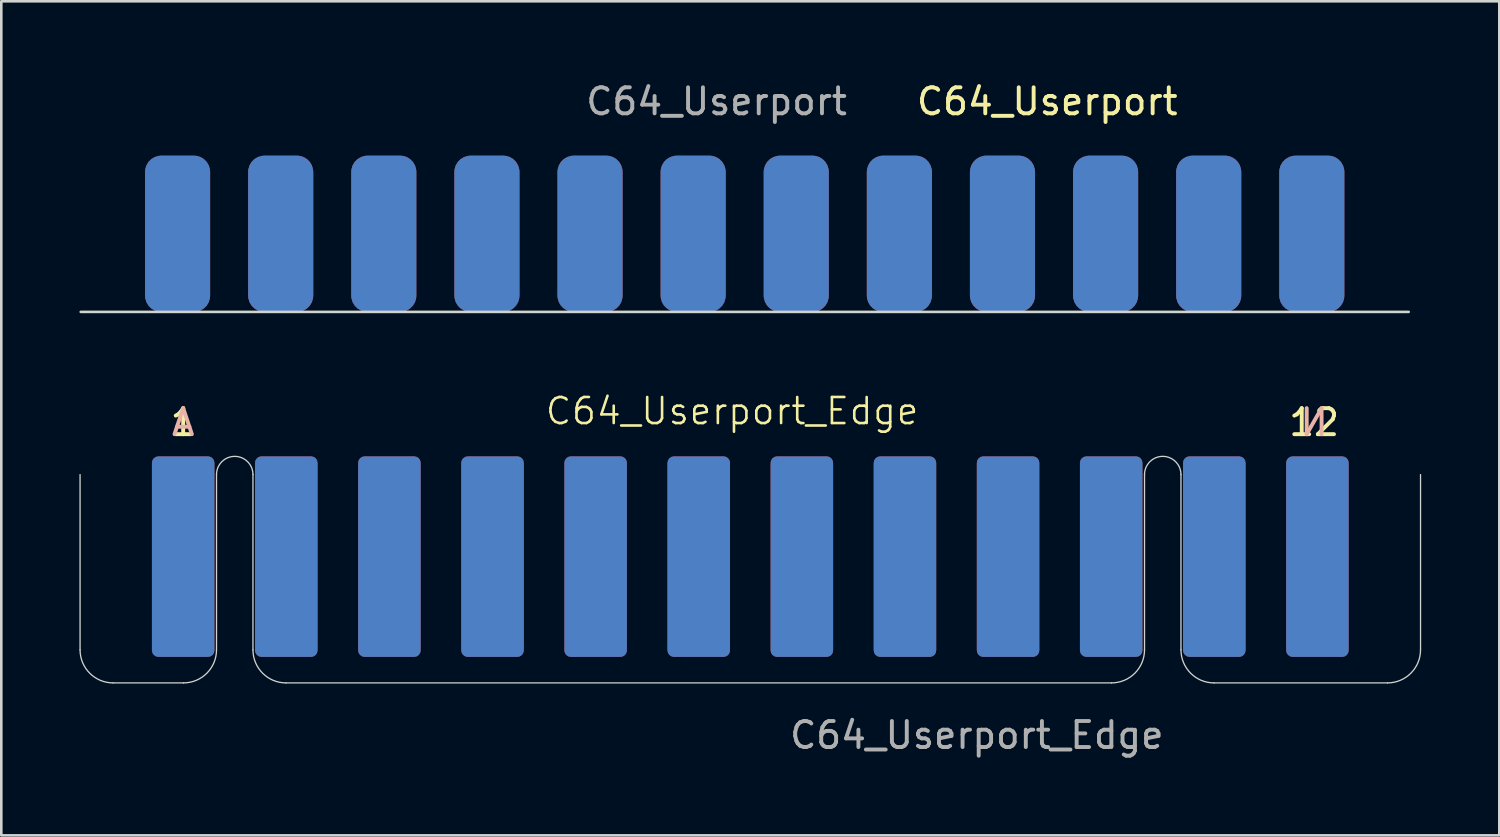
<source format=kicad_pcb>
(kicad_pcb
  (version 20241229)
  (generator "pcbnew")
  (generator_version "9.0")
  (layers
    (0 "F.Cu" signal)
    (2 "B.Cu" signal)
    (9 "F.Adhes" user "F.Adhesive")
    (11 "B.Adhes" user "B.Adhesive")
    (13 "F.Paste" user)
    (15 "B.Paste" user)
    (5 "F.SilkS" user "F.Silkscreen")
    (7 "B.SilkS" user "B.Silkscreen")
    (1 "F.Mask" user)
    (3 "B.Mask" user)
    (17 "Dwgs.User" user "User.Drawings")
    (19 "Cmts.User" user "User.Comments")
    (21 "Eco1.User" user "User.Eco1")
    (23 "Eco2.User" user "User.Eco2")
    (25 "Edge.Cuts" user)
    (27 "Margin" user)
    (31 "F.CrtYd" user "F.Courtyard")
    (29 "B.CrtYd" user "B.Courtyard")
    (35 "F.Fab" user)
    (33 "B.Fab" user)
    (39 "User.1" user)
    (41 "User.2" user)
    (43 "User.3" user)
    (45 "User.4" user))
  (footprint "C64_Userport_Edge"
    (layer "F.Cu")
    (at 3.985 18.327)
    (property "Reference" "C64_Userport_Edge" (at 21.082 -5.588 0) (unlocked yes) (layer "F.SilkS") (effects (font (size 1 1) (thickness 0.1))))
    (attr smd)
    (fp_rect (start -3.96 -3.85) (end 47.52 4.85) (stroke (width 0) (type solid)) (fill yes) (layer "F.Mask"))
    (fp_rect (start -3.96 -3.85) (end 47.52 4.85) (stroke (width 0) (type solid)) (fill yes) (layer "B.Mask"))
    (fp_line (start -3.96 -3.15) (end -3.96 3.58) (stroke (width 0.05) (type default)) (layer "Edge.Cuts"))
    (fp_line (start -2.69 4.85) (end 0.01 4.85) (stroke (width 0.05) (type default)) (layer "Edge.Cuts"))
    (fp_line (start 1.28 -3.15) (end 1.28 3.58) (stroke (width 0.05) (type default)) (layer "Edge.Cuts"))
    (fp_line (start 2.68 -3.15) (end 2.68 3.58) (stroke (width 0.05) (type default)) (layer "Edge.Cuts"))
    (fp_line (start 3.95 4.85) (end 35.65 4.85) (stroke (width 0.05) (type default)) (layer "Edge.Cuts"))
    (fp_line (start 36.92 -3.15) (end 36.92 3.58) (stroke (width 0.05) (type default)) (layer "Edge.Cuts"))
    (fp_line (start 38.32 -3.15) (end 38.32 3.58) (stroke (width 0.05) (type default)) (layer "Edge.Cuts"))
    (fp_line (start 39.59 4.85) (end 46.25 4.85) (stroke (width 0.05) (type default)) (layer "Edge.Cuts"))
    (fp_line (start 47.52 -3.15) (end 47.52 3.58) (stroke (width 0.05) (type default)) (layer "Edge.Cuts"))
    (fp_arc (start -2.69 4.85) (mid -3.588026 4.478026) (end -3.96 3.58) (stroke (width 0.05) (type default)) (layer "Edge.Cuts"))
    (fp_arc (start 1.28 -3.15) (mid 1.98 -3.85) (end 2.68 -3.15) (stroke (width 0.05) (type default)) (layer "Edge.Cuts"))
    (fp_arc (start 1.28 3.58) (mid 0.908026 4.478026) (end 0.01 4.85) (stroke (width 0.05) (type default)) (layer "Edge.Cuts"))
    (fp_arc (start 3.95 4.85) (mid 3.051974 4.478026) (end 2.68 3.58) (stroke (width 0.05) (type default)) (layer "Edge.Cuts"))
    (fp_arc (start 36.92 -3.15) (mid 37.62 -3.85) (end 38.32 -3.15) (stroke (width 0.05) (type default)) (layer "Edge.Cuts"))
    (fp_arc (start 36.92 3.58) (mid 36.548026 4.478026) (end 35.65 4.85) (stroke (width 0.05) (type default)) (layer "Edge.Cuts"))
    (fp_arc (start 39.59 4.85) (mid 38.691974 4.478026) (end 38.32 3.58) (stroke (width 0.05) (type default)) (layer "Edge.Cuts"))
    (fp_arc (start 47.52 3.58) (mid 47.148026 4.478026) (end 46.25 4.85) (stroke (width 0.05) (type default)) (layer "Edge.Cuts"))
    (fp_text user "1" (at 0 -4.572 0) (unlocked yes) (layer "F.SilkS") (effects (font (size 1 1) (thickness 0.15)) (justify bottom)))
    (fp_text user "12" (at 43.434 -4.572 0) (unlocked yes) (layer "F.SilkS") (effects (font (size 1 1) (thickness 0.15)) (justify bottom)))
    (fp_text user "A" (at 0 -4.572 0) (unlocked yes) (layer "B.SilkS") (effects (font (size 1 1) (thickness 0.15)) (justify bottom mirror)))
    (fp_text user "N" (at 43.434 -4.572 0) (unlocked yes) (layer "B.SilkS") (effects (font (size 1 1) (thickness 0.15)) (justify bottom mirror)))
    (fp_text user "${REFERENCE}" (at 30.48 6.858 0) (unlocked yes) (layer "F.Fab") (effects (font (size 1 1) (thickness 0.15))))
    (pad "1" connect roundrect (at 0 0) (size 2.4 7.7) (layers "F.Cu" "F.Mask") (roundrect_rratio 0.104))
    (pad "2" connect roundrect (at 3.96 0) (size 2.4 7.7) (layers "F.Cu" "F.Mask") (roundrect_rratio 0.104))
    (pad "3" connect roundrect (at 7.92 0) (size 2.4 7.7) (layers "F.Cu" "F.Mask") (roundrect_rratio 0.104))
    (pad "4" connect roundrect (at 11.88 0) (size 2.4 7.7) (layers "F.Cu" "F.Mask") (roundrect_rratio 0.104))
    (pad "5" connect roundrect (at 15.84 0) (size 2.4 7.7) (layers "F.Cu" "F.Mask") (roundrect_rratio 0.104))
    (pad "6" connect roundrect (at 19.8 0) (size 2.4 7.7) (layers "F.Cu" "F.Mask") (roundrect_rratio 0.104))
    (pad "7" connect roundrect (at 23.76 0) (size 2.4 7.7) (layers "F.Cu" "F.Mask") (roundrect_rratio 0.104))
    (pad "8" connect roundrect (at 27.72 0) (size 2.4 7.7) (layers "F.Cu" "F.Mask") (roundrect_rratio 0.104))
    (pad "9" connect roundrect (at 31.68 0) (size 2.4 7.7) (layers "F.Cu" "F.Mask") (roundrect_rratio 0.104))
    (pad "10" connect roundrect (at 35.64 0) (size 2.4 7.7) (layers "F.Cu" "F.Mask") (roundrect_rratio 0.104))
    (pad "11" connect roundrect (at 39.6 0) (size 2.4 7.7) (layers "F.Cu" "F.Mask") (roundrect_rratio 0.104))
    (pad "12" connect roundrect (at 43.56 0) (size 2.4 7.7) (layers "F.Cu" "F.Mask") (roundrect_rratio 0.104))
    (pad "A" connect roundrect (at 0 0) (size 2.4 7.7) (layers "B.Cu" "B.Mask") (roundrect_rratio 0.104))
    (pad "B" connect roundrect (at 3.96 0) (size 2.4 7.7) (layers "B.Cu" "B.Mask") (roundrect_rratio 0.104))
    (pad "C" connect roundrect (at 7.92 0) (size 2.4 7.7) (layers "B.Cu" "B.Mask") (roundrect_rratio 0.104))
    (pad "D" connect roundrect (at 11.88 0) (size 2.4 7.7) (layers "B.Cu" "B.Mask") (roundrect_rratio 0.104))
    (pad "E" connect roundrect (at 15.84 0) (size 2.4 7.7) (layers "B.Cu" "B.Mask") (roundrect_rratio 0.104))
    (pad "F" connect roundrect (at 19.8 0) (size 2.4 7.7) (layers "B.Cu" "B.Mask") (roundrect_rratio 0.104))
    (pad "H" connect roundrect (at 23.76 0) (size 2.4 7.7) (layers "B.Cu" "B.Mask") (roundrect_rratio 0.104))
    (pad "J" connect roundrect (at 27.72 0) (size 2.4 7.7) (layers "B.Cu" "B.Mask") (roundrect_rratio 0.104))
    (pad "K" connect roundrect (at 31.68 0) (size 2.4 7.7) (layers "B.Cu" "B.Mask") (roundrect_rratio 0.104))
    (pad "L" connect roundrect (at 35.64 0) (size 2.4 7.7) (layers "B.Cu" "B.Mask") (roundrect_rratio 0.104))
    (pad "M" connect roundrect (at 39.6 0) (size 2.4 7.7) (layers "B.Cu" "B.Mask") (roundrect_rratio 0.104))
    (pad "N" connect roundrect (at 43.56 0) (size 2.4 7.7) (layers "B.Cu" "B.Mask") (roundrect_rratio 0.104)))
  (footprint "C64_Userport"
    (layer "F.Cu")
    (at 47.33 5.928)
    (property "Reference" "C64_Userport" (at -10.16 -5.08 0) (unlocked yes) (layer "F.SilkS") (effects (font (size 1 1) (thickness 0.15))))
    (attr smd)
    (fp_line (start -47.28 3) (end 3.72 3) (stroke (width 0.1) (type default)) (layer "Edge.Cuts"))
    (fp_text user "${REFERENCE}" (at -22.86 -5.08 0) (unlocked yes) (layer "F.Fab") (effects (font (size 1 1) (thickness 0.15))))
    (pad "1" smd roundrect (at 0 0) (size 2.5 6) (layers "F.Cu" "F.Mask") (roundrect_rratio 0.25))
    (pad "2" smd roundrect (at -3.96 0) (size 2.5 6) (layers "F.Cu" "F.Mask") (roundrect_rratio 0.25))
    (pad "3" smd roundrect (at -7.92 0) (size 2.5 6) (layers "F.Cu" "F.Mask") (roundrect_rratio 0.25))
    (pad "4" smd roundrect (at -11.88 0) (size 2.5 6) (layers "F.Cu" "F.Mask") (roundrect_rratio 0.25))
    (pad "5" smd roundrect (at -15.84 0) (size 2.5 6) (layers "F.Cu" "F.Mask") (roundrect_rratio 0.25))
    (pad "6" smd roundrect (at -19.8 0) (size 2.5 6) (layers "F.Cu" "F.Mask") (roundrect_rratio 0.25))
    (pad "7" smd roundrect (at -23.76 0) (size 2.5 6) (layers "F.Cu" "F.Mask") (roundrect_rratio 0.25))
    (pad "8" smd roundrect (at -27.72 0) (size 2.5 6) (layers "F.Cu" "F.Mask") (roundrect_rratio 0.25))
    (pad "9" smd roundrect (at -31.68 0) (size 2.5 6) (layers "F.Cu" "F.Mask") (roundrect_rratio 0.25))
    (pad "10" smd roundrect (at -35.64 0) (size 2.5 6) (layers "F.Cu" "F.Mask") (roundrect_rratio 0.25))
    (pad "11" smd roundrect (at -39.6 0) (size 2.5 6) (layers "F.Cu" "F.Mask") (roundrect_rratio 0.25))
    (pad "12" smd roundrect (at -43.56 0) (size 2.5 6) (layers "F.Cu" "F.Mask") (roundrect_rratio 0.25))
    (pad "A" smd roundrect (at 0 0) (size 2.5 6) (layers "B.Cu" "B.Mask") (roundrect_rratio 0.25))
    (pad "B" smd roundrect (at -3.96 0) (size 2.5 6) (layers "B.Cu" "B.Mask") (roundrect_rratio 0.25))
    (pad "C" smd roundrect (at -7.92 0) (size 2.5 6) (layers "B.Cu" "B.Mask") (roundrect_rratio 0.25))
    (pad "D" smd roundrect (at -11.88 0) (size 2.5 6) (layers "B.Cu" "B.Mask") (roundrect_rratio 0.25))
    (pad "E" smd roundrect (at -15.84 0) (size 2.5 6) (layers "B.Cu" "B.Mask") (roundrect_rratio 0.25))
    (pad "F" smd roundrect (at -19.8 0) (size 2.5 6) (layers "B.Cu" "B.Mask") (roundrect_rratio 0.25))
    (pad "H" smd roundrect (at -23.76 0) (size 2.5 6) (layers "B.Cu" "B.Mask") (roundrect_rratio 0.25))
    (pad "J" smd roundrect (at -27.72 0) (size 2.5 6) (layers "B.Cu" "B.Mask") (roundrect_rratio 0.25))
    (pad "K" smd roundrect (at -31.68 0) (size 2.5 6) (layers "B.Cu" "B.Mask") (roundrect_rratio 0.25))
    (pad "L" smd roundrect (at -35.64 0) (size 2.5 6) (layers "B.Cu" "B.Mask") (roundrect_rratio 0.25))
    (pad "M" smd roundrect (at -39.6 0) (size 2.5 6) (layers "B.Cu" "B.Mask") (roundrect_rratio 0.25))
    (pad "N" smd roundrect (at -43.56 0) (size 2.5 6) (layers "B.Cu" "B.Mask") (roundrect_rratio 0.25)))
  (gr_rect
    (start -3 -3)
    (end 54.53 29.033)
    (stroke (width 0.1) (type default))
    (fill no)
    (layer "Edge.Cuts")))
</source>
